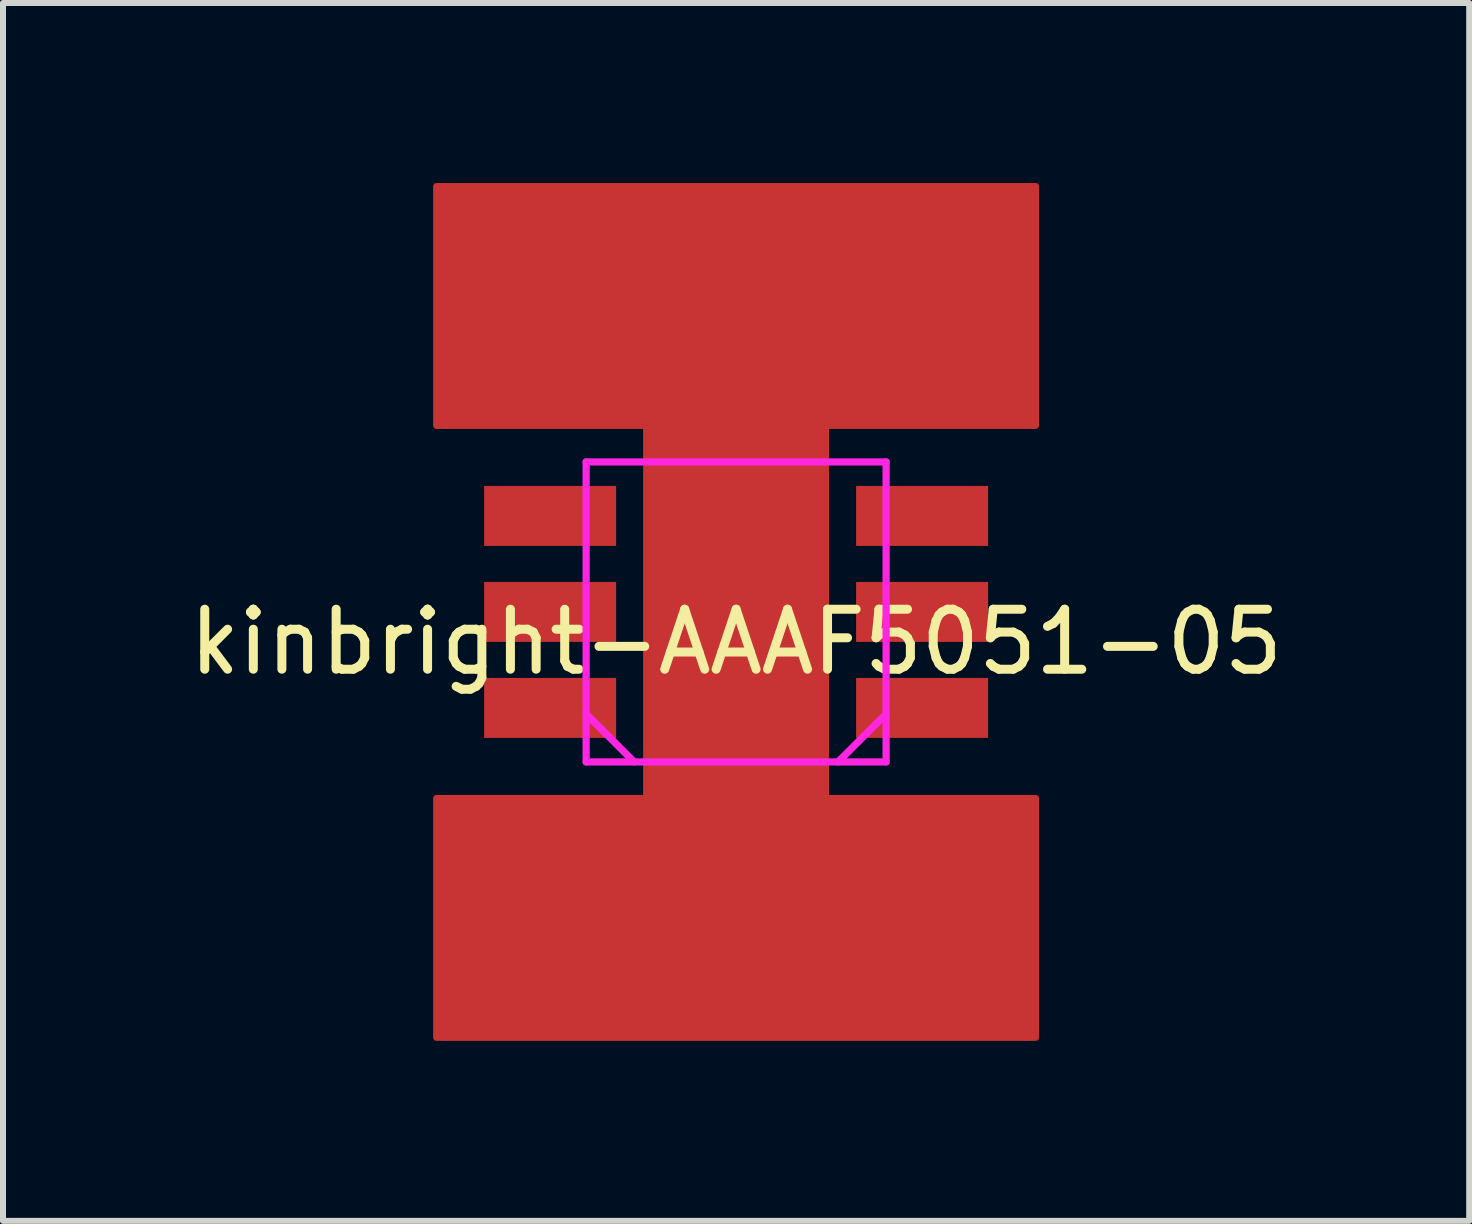
<source format=kicad_pcb>
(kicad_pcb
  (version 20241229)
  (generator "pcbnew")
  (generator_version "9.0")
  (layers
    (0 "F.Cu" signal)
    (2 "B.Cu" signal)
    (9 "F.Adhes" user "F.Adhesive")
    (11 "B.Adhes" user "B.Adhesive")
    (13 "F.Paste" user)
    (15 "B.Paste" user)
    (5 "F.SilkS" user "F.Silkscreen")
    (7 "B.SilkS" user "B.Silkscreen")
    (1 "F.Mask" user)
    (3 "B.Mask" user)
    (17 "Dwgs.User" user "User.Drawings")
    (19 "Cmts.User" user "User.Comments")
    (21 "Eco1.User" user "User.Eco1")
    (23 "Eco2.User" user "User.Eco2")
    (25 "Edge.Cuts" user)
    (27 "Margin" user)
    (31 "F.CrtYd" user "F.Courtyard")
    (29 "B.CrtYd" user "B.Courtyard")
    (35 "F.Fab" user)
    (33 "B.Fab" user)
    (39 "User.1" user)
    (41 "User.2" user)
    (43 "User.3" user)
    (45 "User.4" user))
  (footprint "kinbright-AAAF5051-05"
    (layer "F.Cu")
    (at 9.22 7.15)
    (property "Reference" "kinbright-AAAF5051-05" (at 0 0.5 0) (layer "F.SilkS") (effects (font (size 1 1) (thickness 0.15))))
    (attr through_hole)
    (fp_poly (pts (xy 1.5 2) (xy -1.5 2) (xy -1.5 -2) (xy 1.5 -2)) (stroke (width 0.1) (type solid)) (fill yes) (layer "F.Mask"))
    (fp_poly (pts (xy 1.5 2) (xy -1.5 2) (xy -1.5 -2) (xy 1.5 -2)) (stroke (width 0.1) (type solid)) (fill yes) (layer "F.Paste"))
    (fp_line (start -2.5 -2.5) (end 2.5 -2.5) (stroke (width 0.12) (type solid)) (layer "F.CrtYd"))
    (fp_line (start -2.5 1.7) (end -1.7 2.5) (stroke (width 0.12) (type solid)) (layer "F.CrtYd"))
    (fp_line (start -2.5 2.5) (end -2.5 -2.5) (stroke (width 0.12) (type solid)) (layer "F.CrtYd"))
    (fp_line (start 2.5 -2.5) (end 2.5 2.5) (stroke (width 0.12) (type solid)) (layer "F.CrtYd"))
    (fp_line (start 2.5 1.7) (end 1.7 2.5) (stroke (width 0.12) (type solid)) (layer "F.CrtYd"))
    (fp_line (start 2.5 2.5) (end -2.5 2.5) (stroke (width 0.12) (type solid)) (layer "F.CrtYd"))
    (pad "1" smd rect (at 3.1 1.6) (size 2.2 1) (layers "F.Cu" "F.Mask" "F.Paste"))
    (pad "2" smd rect (at 3.1 0) (size 2.2 1) (layers "F.Cu" "F.Mask" "F.Paste"))
    (pad "3" smd rect (at 3.1 -1.6) (size 2.2 1) (layers "F.Cu" "F.Mask" "F.Paste"))
    (pad "4" smd rect (at -3.1 -1.6) (size 2.2 1) (layers "F.Cu" "F.Mask" "F.Paste"))
    (pad "5" smd rect (at -3.1 0) (size 2.2 1) (layers "F.Cu" "F.Mask" "F.Paste"))
    (pad "6" smd rect (at -3.1 1.6) (size 2.2 1) (layers "F.Cu" "F.Mask" "F.Paste"))
    (pad "7" smd custom (at 0 0) (size 2.2 1) (layers "F.Cu" "F.Mask") (options (anchor rect)) (primitives (gr_poly (pts (xy 5 -3.1) (xy 1.5 -3.1) (xy 1.5 3.1) (xy 5 3.1) (xy 5 7.1) (xy -5 7.1) (xy -5 3.1) (xy -1.5 3.1) (xy -1.5 -3.1) (xy -5 -3.1) (xy -5 -7.1) (xy 5 -7.1)) (width 0.1) (fill yes)))))
  (gr_rect
    (start -3 -3)
    (end 21.44 17.3)
    (stroke (width 0.1) (type default))
    (fill no)
    (layer "Edge.Cuts")))
</source>
